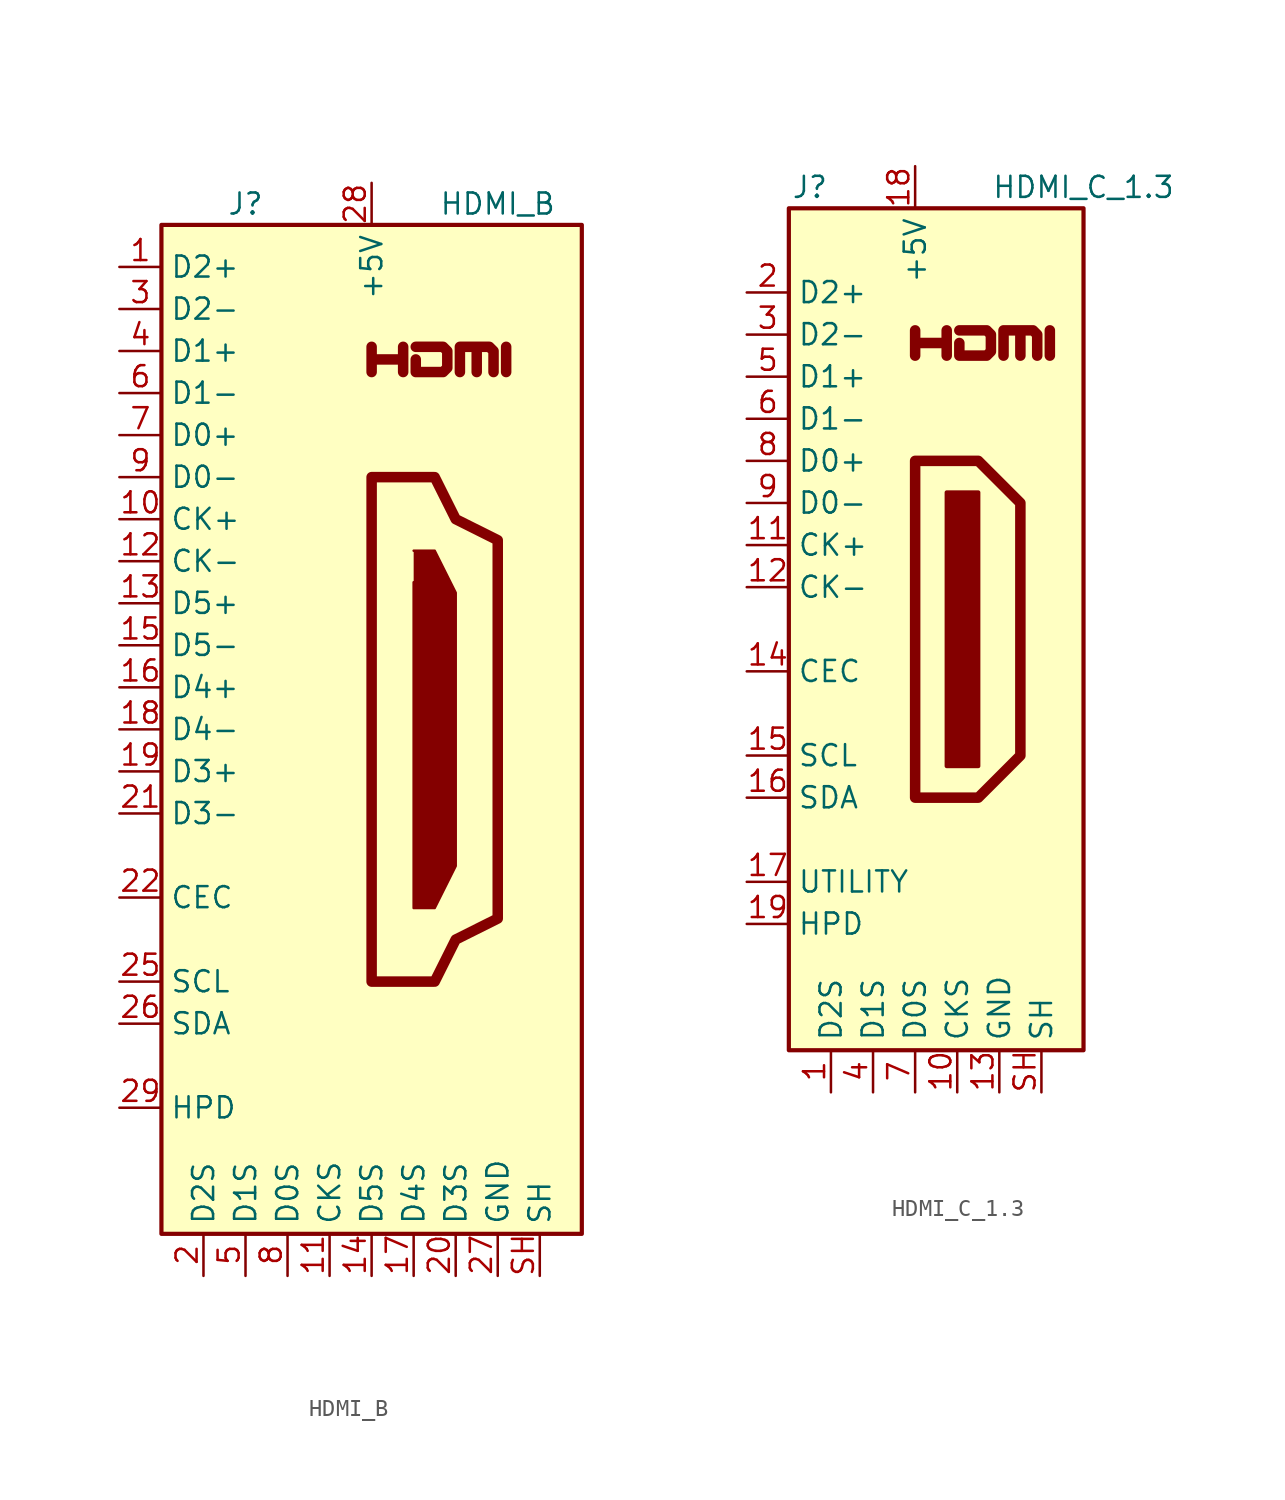
<source format=kicad_sym>
(kicad_symbol_lib
  (version 20201005)
  (generator kicad_symbol_editor)
  (symbol "Connector:HDMI_B"
    (property "Reference" "J"
      (at -7.62 31.75 0)
      (effects (font (size 1.27 1.27))))
    (property "Value" "HDMI_B"
      (at 7.62 31.75 0)
      (effects (font (size 1.27 1.27))))
    (symbol "HDMI_B_0_0"
      (polyline (pts (xy 8.128 21.59) (xy 8.128 23.114)) (stroke (width 0.635)) (fill (type none)))
      (polyline (pts (xy 0 21.59) (xy 0 23.114) (xy 0 22.352) (xy 1.905 22.352) (xy 1.905 23.114) (xy 1.905 21.59)) (stroke (width 0.635)) (fill (type none)))
      (polyline (pts (xy 2.667 23.114) (xy 4.318 23.114) (xy 4.572 22.86) (xy 4.572 21.844) (xy 4.318 21.59) (xy 2.667 21.59) (xy 2.667 22.352)) (stroke (width 0.635)) (fill (type none))))
    (symbol "HDMI_B_0_1"
      (rectangle (start -12.7 30.48) (end 12.7 -30.48) (stroke (width 0.254)) (fill (type background)))
      (polyline (pts (xy 2.54 10.795) (xy 3.81 10.795) (xy 5.08 8.255) (xy 5.08 -8.255) (xy 3.81 -10.795) (xy 2.54 -10.795) (xy 2.54 8.89)) (stroke (width 0)) (fill (type outline)))
      (polyline (pts (xy 5.334 21.59) (xy 5.334 23.114) (xy 6.35 23.114) (xy 6.35 21.59) (xy 6.35 23.114) (xy 7.112 23.114) (xy 7.366 22.86) (xy 7.366 21.59)) (stroke (width 0.635)) (fill (type none)))
      (polyline (pts (xy 0 15.24) (xy 0 -15.24) (xy 3.81 -15.24) (xy 5.08 -12.7) (xy 7.62 -11.43) (xy 7.62 11.43) (xy 5.08 12.7) (xy 3.81 15.24) (xy 0 15.24)) (stroke (width 0.635)) (fill (type none))))
    (symbol "HDMI_B_1_1"
      (pin passive line (at -15.24 27.94 0) (length 2.54) (name "D2+" (effects (font (size 1.27 1.27)))) (number "1" (effects (font (size 1.27 1.27)))))
      (pin passive line (at -15.24 12.7 0) (length 2.54) (name "CK+" (effects (font (size 1.27 1.27)))) (number "10" (effects (font (size 1.27 1.27)))))
      (pin power_in line (at -2.54 -33.02 90) (length 2.54) (name "CKS" (effects (font (size 1.27 1.27)))) (number "11" (effects (font (size 1.27 1.27)))))
      (pin passive line (at -15.24 10.16 0) (length 2.54) (name "CK-" (effects (font (size 1.27 1.27)))) (number "12" (effects (font (size 1.27 1.27)))))
      (pin passive line (at -15.24 7.62 0) (length 2.54) (name "D5+" (effects (font (size 1.27 1.27)))) (number "13" (effects (font (size 1.27 1.27)))))
      (pin power_in line (at 0 -33.02 90) (length 2.54) (name "D5S" (effects (font (size 1.27 1.27)))) (number "14" (effects (font (size 1.27 1.27)))))
      (pin passive line (at -15.24 5.08 0) (length 2.54) (name "D5-" (effects (font (size 1.27 1.27)))) (number "15" (effects (font (size 1.27 1.27)))))
      (pin passive line (at -15.24 2.54 0) (length 2.54) (name "D4+" (effects (font (size 1.27 1.27)))) (number "16" (effects (font (size 1.27 1.27)))))
      (pin power_in line (at 2.54 -33.02 90) (length 2.54) (name "D4S" (effects (font (size 1.27 1.27)))) (number "17" (effects (font (size 1.27 1.27)))))
      (pin passive line (at -15.24 0 0) (length 2.54) (name "D4-" (effects (font (size 1.27 1.27)))) (number "18" (effects (font (size 1.27 1.27)))))
      (pin passive line (at -15.24 -2.54 0) (length 2.54) (name "D3+" (effects (font (size 1.27 1.27)))) (number "19" (effects (font (size 1.27 1.27)))))
      (pin power_in line (at -10.16 -33.02 90) (length 2.54) (name "D2S" (effects (font (size 1.27 1.27)))) (number "2" (effects (font (size 1.27 1.27)))))
      (pin power_in line (at 5.08 -33.02 90) (length 2.54) (name "D3S" (effects (font (size 1.27 1.27)))) (number "20" (effects (font (size 1.27 1.27)))))
      (pin passive line (at -15.24 -5.08 0) (length 2.54) (name "D3-" (effects (font (size 1.27 1.27)))) (number "21" (effects (font (size 1.27 1.27)))))
      (pin bidirectional line (at -15.24 -10.16 0) (length 2.54) (name "CEC" (effects (font (size 1.27 1.27)))) (number "22" (effects (font (size 1.27 1.27)))))
      (pin no_connect line (at -12.7 -12.7 0) (length 2.54) hide (name "NC" (effects (font (size 1.27 1.27)))) (number "23" (effects (font (size 1.27 1.27)))))
      (pin no_connect line (at -12.7 -20.32 0) (length 2.54) hide (name "NC" (effects (font (size 1.27 1.27)))) (number "24" (effects (font (size 1.27 1.27)))))
      (pin passive line (at -15.24 -15.24 0) (length 2.54) (name "SCL" (effects (font (size 1.27 1.27)))) (number "25" (effects (font (size 1.27 1.27)))))
      (pin bidirectional line (at -15.24 -17.78 0) (length 2.54) (name "SDA" (effects (font (size 1.27 1.27)))) (number "26" (effects (font (size 1.27 1.27)))))
      (pin power_in line (at 7.62 -33.02 90) (length 2.54) (name "GND" (effects (font (size 1.27 1.27)))) (number "27" (effects (font (size 1.27 1.27)))))
      (pin power_in line (at 0 33.02 270) (length 2.54) (name "+5V" (effects (font (size 1.27 1.27)))) (number "28" (effects (font (size 1.27 1.27)))))
      (pin passive line (at -15.24 -22.86 0) (length 2.54) (name "HPD" (effects (font (size 1.27 1.27)))) (number "29" (effects (font (size 1.27 1.27)))))
      (pin passive line (at -15.24 25.4 0) (length 2.54) (name "D2-" (effects (font (size 1.27 1.27)))) (number "3" (effects (font (size 1.27 1.27)))))
      (pin passive line (at -15.24 22.86 0) (length 2.54) (name "D1+" (effects (font (size 1.27 1.27)))) (number "4" (effects (font (size 1.27 1.27)))))
      (pin power_in line (at -7.62 -33.02 90) (length 2.54) (name "D1S" (effects (font (size 1.27 1.27)))) (number "5" (effects (font (size 1.27 1.27)))))
      (pin passive line (at -15.24 20.32 0) (length 2.54) (name "D1-" (effects (font (size 1.27 1.27)))) (number "6" (effects (font (size 1.27 1.27)))))
      (pin passive line (at -15.24 17.78 0) (length 2.54) (name "D0+" (effects (font (size 1.27 1.27)))) (number "7" (effects (font (size 1.27 1.27)))))
      (pin power_in line (at -5.08 -33.02 90) (length 2.54) (name "D0S" (effects (font (size 1.27 1.27)))) (number "8" (effects (font (size 1.27 1.27)))))
      (pin passive line (at -15.24 15.24 0) (length 2.54) (name "D0-" (effects (font (size 1.27 1.27)))) (number "9" (effects (font (size 1.27 1.27)))))
      (pin passive line (at 10.16 -33.02 90) (length 2.54) (name "SH" (effects (font (size 1.27 1.27)))) (number "SH" (effects (font (size 1.27 1.27)))))))
  (symbol "Connector:HDMI_C_1.3"
    (property "Reference" "J"
      (at -6.35 26.67 0)
      (effects (font (size 1.27 1.27))))
    (property "Value" "HDMI_C_1.3"
      (at 10.16 26.67 0)
      (effects (font (size 1.27 1.27))))
    (symbol "HDMI_C_1.3_0_0"
      (polyline (pts (xy 8.128 16.51) (xy 8.128 18.034)) (stroke (width 0.635)) (fill (type none)))
      (polyline (pts (xy 0 16.51) (xy 0 18.034) (xy 0 17.272) (xy 1.905 17.272) (xy 1.905 18.034) (xy 1.905 16.51)) (stroke (width 0.635)) (fill (type none)))
      (polyline (pts (xy 2.667 18.034) (xy 4.318 18.034) (xy 4.572 17.78) (xy 4.572 16.764) (xy 4.318 16.51) (xy 2.667 16.51) (xy 2.667 17.272)) (stroke (width 0.635)) (fill (type none))))
    (symbol "HDMI_C_1.3_0_1"
      (rectangle (start -7.62 25.4) (end 10.16 -25.4) (stroke (width 0.254)) (fill (type background)))
      (rectangle (start 1.905 8.255) (end 3.81 -8.255) (stroke (width 0.254)) (fill (type outline)))
      (polyline (pts (xy 0 10.16) (xy 3.81 10.16) (xy 6.35 7.62) (xy 6.35 -7.62) (xy 3.81 -10.16) (xy 0 -10.16) (xy 0 10.16)) (stroke (width 0.635)) (fill (type none)))
      (polyline (pts (xy 5.334 16.51) (xy 5.334 18.034) (xy 6.35 18.034) (xy 6.35 16.51) (xy 6.35 18.034) (xy 7.112 18.034) (xy 7.366 17.78) (xy 7.366 16.51)) (stroke (width 0.635)) (fill (type none))))
    (symbol "HDMI_C_1.3_1_1"
      (pin power_in line (at -5.08 -27.94 90) (length 2.54) (name "D2S" (effects (font (size 1.27 1.27)))) (number "1" (effects (font (size 1.27 1.27)))))
      (pin power_in line (at 2.54 -27.94 90) (length 2.54) (name "CKS" (effects (font (size 1.27 1.27)))) (number "10" (effects (font (size 1.27 1.27)))))
      (pin passive line (at -10.16 5.08 0) (length 2.54) (name "CK+" (effects (font (size 1.27 1.27)))) (number "11" (effects (font (size 1.27 1.27)))))
      (pin passive line (at -10.16 2.54 0) (length 2.54) (name "CK-" (effects (font (size 1.27 1.27)))) (number "12" (effects (font (size 1.27 1.27)))))
      (pin power_in line (at 5.08 -27.94 90) (length 2.54) (name "GND" (effects (font (size 1.27 1.27)))) (number "13" (effects (font (size 1.27 1.27)))))
      (pin bidirectional line (at -10.16 -2.54 0) (length 2.54) (name "CEC" (effects (font (size 1.27 1.27)))) (number "14" (effects (font (size 1.27 1.27)))))
      (pin passive line (at -10.16 -7.62 0) (length 2.54) (name "SCL" (effects (font (size 1.27 1.27)))) (number "15" (effects (font (size 1.27 1.27)))))
      (pin bidirectional line (at -10.16 -10.16 0) (length 2.54) (name "SDA" (effects (font (size 1.27 1.27)))) (number "16" (effects (font (size 1.27 1.27)))))
      (pin passive line (at -10.16 -15.24 0) (length 2.54) (name "UTILITY" (effects (font (size 1.27 1.27)))) (number "17" (effects (font (size 1.27 1.27)))))
      (pin power_in line (at 0 27.94 270) (length 2.54) (name "+5V" (effects (font (size 1.27 1.27)))) (number "18" (effects (font (size 1.27 1.27)))))
      (pin passive line (at -10.16 -17.78 0) (length 2.54) (name "HPD" (effects (font (size 1.27 1.27)))) (number "19" (effects (font (size 1.27 1.27)))))
      (pin passive line (at -10.16 20.32 0) (length 2.54) (name "D2+" (effects (font (size 1.27 1.27)))) (number "2" (effects (font (size 1.27 1.27)))))
      (pin passive line (at -10.16 17.78 0) (length 2.54) (name "D2-" (effects (font (size 1.27 1.27)))) (number "3" (effects (font (size 1.27 1.27)))))
      (pin power_in line (at -2.54 -27.94 90) (length 2.54) (name "D1S" (effects (font (size 1.27 1.27)))) (number "4" (effects (font (size 1.27 1.27)))))
      (pin passive line (at -10.16 15.24 0) (length 2.54) (name "D1+" (effects (font (size 1.27 1.27)))) (number "5" (effects (font (size 1.27 1.27)))))
      (pin passive line (at -10.16 12.7 0) (length 2.54) (name "D1-" (effects (font (size 1.27 1.27)))) (number "6" (effects (font (size 1.27 1.27)))))
      (pin power_in line (at 0 -27.94 90) (length 2.54) (name "D0S" (effects (font (size 1.27 1.27)))) (number "7" (effects (font (size 1.27 1.27)))))
      (pin passive line (at -10.16 10.16 0) (length 2.54) (name "D0+" (effects (font (size 1.27 1.27)))) (number "8" (effects (font (size 1.27 1.27)))))
      (pin passive line (at -10.16 7.62 0) (length 2.54) (name "D0-" (effects (font (size 1.27 1.27)))) (number "9" (effects (font (size 1.27 1.27)))))
      (pin passive line (at 7.62 -27.94 90) (length 2.54) (name "SH" (effects (font (size 1.27 1.27)))) (number "SH" (effects (font (size 1.27 1.27))))))))
</source>
